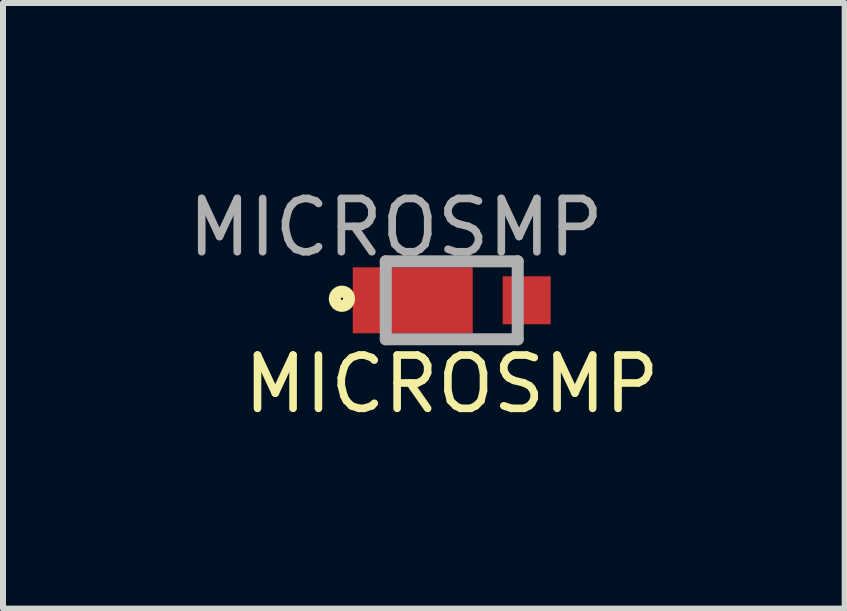
<source format=kicad_pcb>
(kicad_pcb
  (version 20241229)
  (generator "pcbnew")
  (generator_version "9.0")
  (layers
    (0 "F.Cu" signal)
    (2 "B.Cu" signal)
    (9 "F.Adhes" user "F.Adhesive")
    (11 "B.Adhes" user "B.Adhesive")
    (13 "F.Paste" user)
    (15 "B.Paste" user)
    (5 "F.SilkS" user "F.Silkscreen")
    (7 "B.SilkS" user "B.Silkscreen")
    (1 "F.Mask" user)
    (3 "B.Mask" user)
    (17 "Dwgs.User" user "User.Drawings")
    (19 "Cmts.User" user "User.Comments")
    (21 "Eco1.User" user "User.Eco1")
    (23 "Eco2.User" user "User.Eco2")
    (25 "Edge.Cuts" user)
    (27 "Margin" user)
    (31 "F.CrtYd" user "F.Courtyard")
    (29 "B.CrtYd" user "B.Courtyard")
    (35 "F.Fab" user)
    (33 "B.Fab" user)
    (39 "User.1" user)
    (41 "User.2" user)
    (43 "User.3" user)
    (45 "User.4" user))
  (footprint "MICROSMP"
    (layer "F.Cu")
    (at 4.482 1.957)
    (property "Reference" "MICROSMP" (at 0 1.397 180) (layer "F.SilkS") (effects (font (size 0.889 0.889) (thickness 0.127))))
    (attr smd)
    (fp_circle (center -1.831 -0.026) (end -1.831 -0.007) (stroke (width 0.2) (type solid)) (fill no) (layer "F.SilkS"))
    (fp_line (start -1.1 -0.65) (end 1.1 -0.65) (stroke (width 0.2) (type solid)) (layer "F.Fab"))
    (fp_line (start -1.1 0.65) (end -1.1 -0.65) (stroke (width 0.2) (type solid)) (layer "F.Fab"))
    (fp_line (start 1.1 -0.65) (end 1.1 0.65) (stroke (width 0.2) (type solid)) (layer "F.Fab"))
    (fp_line (start 1.1 0.65) (end -1.1 0.65) (stroke (width 0.2) (type solid)) (layer "F.Fab"))
    (fp_text user "${REFERENCE}" (at -0.93 -1.214 180) (layer "F.Fab") (effects (font (size 0.889 0.889) (thickness 0.127))))
    (pad "1" smd rect (at -0.65 0 90) (size 1.1 2) (layers "F.Cu" "F.Mask" "F.Paste"))
    (pad "2" smd rect (at 1.25 0 90) (size 0.8 0.8) (layers "F.Cu" "F.Mask" "F.Paste")))
  (gr_rect
    (start -3 -3)
    (end 11.034 7.097)
    (stroke (width 0.1) (type default))
    (fill no)
    (layer "Edge.Cuts")))
</source>
